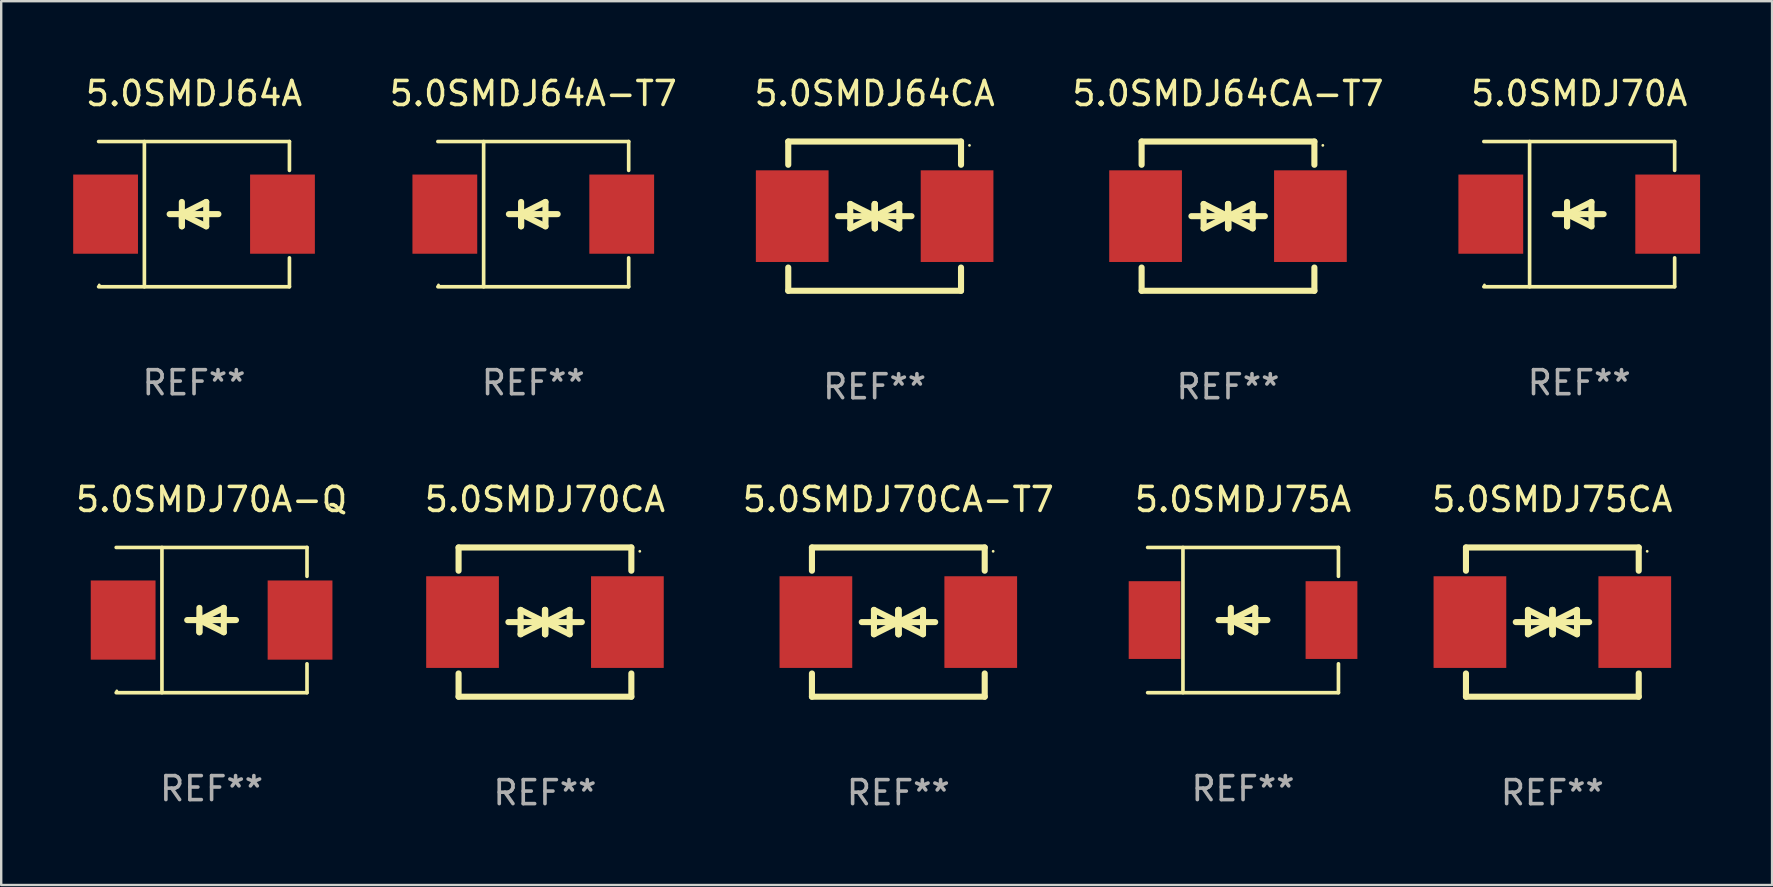
<source format=kicad_pcb>
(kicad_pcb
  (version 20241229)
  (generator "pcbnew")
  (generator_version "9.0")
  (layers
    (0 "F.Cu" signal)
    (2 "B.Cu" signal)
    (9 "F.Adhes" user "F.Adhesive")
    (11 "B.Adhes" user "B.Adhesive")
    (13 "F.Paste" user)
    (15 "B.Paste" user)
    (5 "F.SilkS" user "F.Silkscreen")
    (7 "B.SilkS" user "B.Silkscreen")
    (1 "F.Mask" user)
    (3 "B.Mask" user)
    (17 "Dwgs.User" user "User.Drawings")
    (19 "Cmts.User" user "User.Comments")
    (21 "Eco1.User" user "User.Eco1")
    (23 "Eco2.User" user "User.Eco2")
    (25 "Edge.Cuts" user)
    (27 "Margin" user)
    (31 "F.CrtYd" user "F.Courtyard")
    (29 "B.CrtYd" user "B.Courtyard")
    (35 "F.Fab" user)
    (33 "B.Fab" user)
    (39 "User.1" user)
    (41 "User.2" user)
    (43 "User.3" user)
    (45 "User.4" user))
  (footprint "5.0SMDJ64A-T7"
    (layer "F.Cu")
    (at 19.174 5.874)
    (property "Reference" "5.0SMDJ64A-T7" (at 0 -5.026 0) (layer "F.SilkS") (effects (font (size 1 1) (thickness 0.15))))
    (attr through_hole)
    (fp_line (start -3.976 -3.026) (end 3.976 -3.026) (stroke (width 0.152) (type solid)) (layer "F.SilkS"))
    (fp_line (start -3.976 3.026) (end 3.976 3.026) (stroke (width 0.152) (type solid)) (layer "F.SilkS"))
    (fp_line (start -2.069 -3.026) (end -2.069 3.026) (stroke (width 0.152) (type solid)) (layer "F.SilkS"))
    (fp_line (start -0.508 0) (end -0.508 0.508) (stroke (width 0.254) (type solid)) (layer "F.SilkS"))
    (fp_line (start -0.508 0) (end 0.508 0.508) (stroke (width 0.254) (type solid)) (layer "F.SilkS"))
    (fp_line (start -0.508 0.508) (end -0.508 -0.508) (stroke (width 0.254) (type solid)) (layer "F.SilkS"))
    (fp_line (start 0.508 -0.508) (end -0.508 0) (stroke (width 0.254) (type solid)) (layer "F.SilkS"))
    (fp_line (start 0.508 0.508) (end 0.508 -0.508) (stroke (width 0.254) (type solid)) (layer "F.SilkS"))
    (fp_line (start 1.016 0) (end -1.016 0) (stroke (width 0.254) (type solid)) (layer "F.SilkS"))
    (fp_line (start 3.976 -3.026) (end 3.976 -1.823) (stroke (width 0.152) (type solid)) (layer "F.SilkS"))
    (fp_line (start 3.976 3.026) (end 3.976 1.823) (stroke (width 0.152) (type solid)) (layer "F.SilkS"))
    (fp_circle (center -3.95 2.95) (end -3.92 2.95) (stroke (width 0.06) (type solid)) (fill no) (layer "F.SilkS"))
    (fp_text user "REF**" (at 0 7.026 0) (layer "F.Fab") (effects (font (size 1 1) (thickness 0.15))))
    (pad "1" smd rect (at -3.686 0) (size 2.7 3.3) (layers "F.Cu" "F.Mask" "F.Paste"))
    (pad "2" smd rect (at 3.686 0) (size 2.7 3.3) (layers "F.Cu" "F.Mask" "F.Paste")))
  (footprint "5.0SMDJ70CA-T7"
    (layer "F.Cu")
    (at 34.387 22.875)
    (property "Reference" "5.0SMDJ70CA-T7" (at 0 -5.11 0) (layer "F.SilkS") (effects (font (size 1 1) (thickness 0.15))))
    (attr through_hole)
    (fp_line (start -3.6 -2.141) (end -3.6 -3.11) (stroke (width 0.254) (type solid)) (layer "F.SilkS"))
    (fp_line (start -3.6 3.11) (end -3.6 2.141) (stroke (width 0.254) (type solid)) (layer "F.SilkS"))
    (fp_line (start -1.524 0) (end 0.508 0) (stroke (width 0.254) (type solid)) (layer "F.SilkS"))
    (fp_line (start -1.016 -0.508) (end -1.016 0.508) (stroke (width 0.254) (type solid)) (layer "F.SilkS"))
    (fp_line (start -1.016 0.508) (end 0 0) (stroke (width 0.254) (type solid)) (layer "F.SilkS"))
    (fp_line (start 0 -0.508) (end 0 0.508) (stroke (width 0.254) (type solid)) (layer "F.SilkS"))
    (fp_line (start 0 0) (end -1.016 -0.508) (stroke (width 0.254) (type solid)) (layer "F.SilkS"))
    (fp_line (start 0 0) (end 0 -0.508) (stroke (width 0.254) (type solid)) (layer "F.SilkS"))
    (fp_line (start 0.012 0) (end 0.012 0.508) (stroke (width 0.254) (type solid)) (layer "F.SilkS"))
    (fp_line (start 0.012 0) (end 1.028 0.508) (stroke (width 0.254) (type solid)) (layer "F.SilkS"))
    (fp_line (start 0.012 0.508) (end 0.012 -0.508) (stroke (width 0.254) (type solid)) (layer "F.SilkS"))
    (fp_line (start 1.028 -0.508) (end 0.012 0) (stroke (width 0.254) (type solid)) (layer "F.SilkS"))
    (fp_line (start 1.028 0.508) (end 1.028 -0.508) (stroke (width 0.254) (type solid)) (layer "F.SilkS"))
    (fp_line (start 1.536 0) (end -0.496 0) (stroke (width 0.254) (type solid)) (layer "F.SilkS"))
    (fp_line (start 3.6 -3.11) (end -3.6 -3.11) (stroke (width 0.254) (type solid)) (layer "F.SilkS"))
    (fp_line (start 3.6 -2.141) (end 3.6 -3.11) (stroke (width 0.254) (type solid)) (layer "F.SilkS"))
    (fp_line (start 3.6 3.11) (end -3.6 3.11) (stroke (width 0.254) (type solid)) (layer "F.SilkS"))
    (fp_line (start 3.6 3.11) (end 3.6 2.141) (stroke (width 0.254) (type solid)) (layer "F.SilkS"))
    (fp_circle (center 3.952 -2.95) (end 3.982 -2.95) (stroke (width 0.06) (type solid)) (fill no) (layer "F.SilkS"))
    (fp_text user "REF**" (at 0 7.11 0) (layer "F.Fab") (effects (font (size 1 1) (thickness 0.15))))
    (pad "1" smd rect (at 3.435 0) (size 3.03 3.82) (layers "F.Cu" "F.Mask" "F.Paste"))
    (pad "2" smd rect (at -3.435 0) (size 3.03 3.82) (layers "F.Cu" "F.Mask" "F.Paste")))
  (footprint "5.0SMDJ64CA-T7"
    (layer "F.Cu")
    (at 48.126 5.958)
    (property "Reference" "5.0SMDJ64CA-T7" (at 0 -5.11 0) (layer "F.SilkS") (effects (font (size 1 1) (thickness 0.15))))
    (attr through_hole)
    (fp_line (start -3.6 -2.141) (end -3.6 -3.11) (stroke (width 0.254) (type solid)) (layer "F.SilkS"))
    (fp_line (start -3.6 3.11) (end -3.6 2.141) (stroke (width 0.254) (type solid)) (layer "F.SilkS"))
    (fp_line (start -1.524 0) (end 0.508 0) (stroke (width 0.254) (type solid)) (layer "F.SilkS"))
    (fp_line (start -1.016 -0.508) (end -1.016 0.508) (stroke (width 0.254) (type solid)) (layer "F.SilkS"))
    (fp_line (start -1.016 0.508) (end 0 0) (stroke (width 0.254) (type solid)) (layer "F.SilkS"))
    (fp_line (start 0 -0.508) (end 0 0.508) (stroke (width 0.254) (type solid)) (layer "F.SilkS"))
    (fp_line (start 0 0) (end -1.016 -0.508) (stroke (width 0.254) (type solid)) (layer "F.SilkS"))
    (fp_line (start 0 0) (end 0 -0.508) (stroke (width 0.254) (type solid)) (layer "F.SilkS"))
    (fp_line (start 0.012 0) (end 0.012 0.508) (stroke (width 0.254) (type solid)) (layer "F.SilkS"))
    (fp_line (start 0.012 0) (end 1.028 0.508) (stroke (width 0.254) (type solid)) (layer "F.SilkS"))
    (fp_line (start 0.012 0.508) (end 0.012 -0.508) (stroke (width 0.254) (type solid)) (layer "F.SilkS"))
    (fp_line (start 1.028 -0.508) (end 0.012 0) (stroke (width 0.254) (type solid)) (layer "F.SilkS"))
    (fp_line (start 1.028 0.508) (end 1.028 -0.508) (stroke (width 0.254) (type solid)) (layer "F.SilkS"))
    (fp_line (start 1.536 0) (end -0.496 0) (stroke (width 0.254) (type solid)) (layer "F.SilkS"))
    (fp_line (start 3.6 -3.11) (end -3.6 -3.11) (stroke (width 0.254) (type solid)) (layer "F.SilkS"))
    (fp_line (start 3.6 -2.141) (end 3.6 -3.11) (stroke (width 0.254) (type solid)) (layer "F.SilkS"))
    (fp_line (start 3.6 3.11) (end -3.6 3.11) (stroke (width 0.254) (type solid)) (layer "F.SilkS"))
    (fp_line (start 3.6 3.11) (end 3.6 2.141) (stroke (width 0.254) (type solid)) (layer "F.SilkS"))
    (fp_circle (center 3.952 -2.95) (end 3.982 -2.95) (stroke (width 0.06) (type solid)) (fill no) (layer "F.SilkS"))
    (fp_text user "REF**" (at 0 7.11 0) (layer "F.Fab") (effects (font (size 1 1) (thickness 0.15))))
    (pad "1" smd rect (at 3.435 0) (size 3.03 3.82) (layers "F.Cu" "F.Mask" "F.Paste"))
    (pad "2" smd rect (at -3.435 0) (size 3.03 3.82) (layers "F.Cu" "F.Mask" "F.Paste")))
  (footprint "5.0SMDJ75CA"
    (layer "F.Cu")
    (at 61.643 22.875)
    (property "Reference" "5.0SMDJ75CA" (at 0 -5.11 0) (layer "F.SilkS") (effects (font (size 1 1) (thickness 0.15))))
    (attr through_hole)
    (fp_line (start -3.6 -2.141) (end -3.6 -3.11) (stroke (width 0.254) (type solid)) (layer "F.SilkS"))
    (fp_line (start -3.6 3.11) (end -3.6 2.141) (stroke (width 0.254) (type solid)) (layer "F.SilkS"))
    (fp_line (start -1.524 0) (end 0.508 0) (stroke (width 0.254) (type solid)) (layer "F.SilkS"))
    (fp_line (start -1.016 -0.508) (end -1.016 0.508) (stroke (width 0.254) (type solid)) (layer "F.SilkS"))
    (fp_line (start -1.016 0.508) (end 0 0) (stroke (width 0.254) (type solid)) (layer "F.SilkS"))
    (fp_line (start 0 -0.508) (end 0 0.508) (stroke (width 0.254) (type solid)) (layer "F.SilkS"))
    (fp_line (start 0 0) (end -1.016 -0.508) (stroke (width 0.254) (type solid)) (layer "F.SilkS"))
    (fp_line (start 0 0) (end 0 -0.508) (stroke (width 0.254) (type solid)) (layer "F.SilkS"))
    (fp_line (start 0.012 0) (end 0.012 0.508) (stroke (width 0.254) (type solid)) (layer "F.SilkS"))
    (fp_line (start 0.012 0) (end 1.028 0.508) (stroke (width 0.254) (type solid)) (layer "F.SilkS"))
    (fp_line (start 0.012 0.508) (end 0.012 -0.508) (stroke (width 0.254) (type solid)) (layer "F.SilkS"))
    (fp_line (start 1.028 -0.508) (end 0.012 0) (stroke (width 0.254) (type solid)) (layer "F.SilkS"))
    (fp_line (start 1.028 0.508) (end 1.028 -0.508) (stroke (width 0.254) (type solid)) (layer "F.SilkS"))
    (fp_line (start 1.536 0) (end -0.496 0) (stroke (width 0.254) (type solid)) (layer "F.SilkS"))
    (fp_line (start 3.6 -3.11) (end -3.6 -3.11) (stroke (width 0.254) (type solid)) (layer "F.SilkS"))
    (fp_line (start 3.6 -2.141) (end 3.6 -3.11) (stroke (width 0.254) (type solid)) (layer "F.SilkS"))
    (fp_line (start 3.6 3.11) (end -3.6 3.11) (stroke (width 0.254) (type solid)) (layer "F.SilkS"))
    (fp_line (start 3.6 3.11) (end 3.6 2.141) (stroke (width 0.254) (type solid)) (layer "F.SilkS"))
    (fp_circle (center 3.952 -2.95) (end 3.982 -2.95) (stroke (width 0.06) (type solid)) (fill no) (layer "F.SilkS"))
    (fp_text user "REF**" (at 0 7.11 0) (layer "F.Fab") (effects (font (size 1 1) (thickness 0.15))))
    (pad "1" smd rect (at 3.435 0) (size 3.03 3.82) (layers "F.Cu" "F.Mask" "F.Paste"))
    (pad "2" smd rect (at -3.435 0) (size 3.03 3.82) (layers "F.Cu" "F.Mask" "F.Paste")))
  (footprint "5.0SMDJ64CA"
    (layer "F.Cu")
    (at 33.4 5.958)
    (property "Reference" "5.0SMDJ64CA" (at 0 -5.11 0) (layer "F.SilkS") (effects (font (size 1 1) (thickness 0.15))))
    (attr through_hole)
    (fp_line (start -3.6 -2.141) (end -3.6 -3.11) (stroke (width 0.254) (type solid)) (layer "F.SilkS"))
    (fp_line (start -3.6 3.11) (end -3.6 2.141) (stroke (width 0.254) (type solid)) (layer "F.SilkS"))
    (fp_line (start -1.524 0) (end 0.508 0) (stroke (width 0.254) (type solid)) (layer "F.SilkS"))
    (fp_line (start -1.016 -0.508) (end -1.016 0.508) (stroke (width 0.254) (type solid)) (layer "F.SilkS"))
    (fp_line (start -1.016 0.508) (end 0 0) (stroke (width 0.254) (type solid)) (layer "F.SilkS"))
    (fp_line (start 0 -0.508) (end 0 0.508) (stroke (width 0.254) (type solid)) (layer "F.SilkS"))
    (fp_line (start 0 0) (end -1.016 -0.508) (stroke (width 0.254) (type solid)) (layer "F.SilkS"))
    (fp_line (start 0 0) (end 0 -0.508) (stroke (width 0.254) (type solid)) (layer "F.SilkS"))
    (fp_line (start 0.012 0) (end 0.012 0.508) (stroke (width 0.254) (type solid)) (layer "F.SilkS"))
    (fp_line (start 0.012 0) (end 1.028 0.508) (stroke (width 0.254) (type solid)) (layer "F.SilkS"))
    (fp_line (start 0.012 0.508) (end 0.012 -0.508) (stroke (width 0.254) (type solid)) (layer "F.SilkS"))
    (fp_line (start 1.028 -0.508) (end 0.012 0) (stroke (width 0.254) (type solid)) (layer "F.SilkS"))
    (fp_line (start 1.028 0.508) (end 1.028 -0.508) (stroke (width 0.254) (type solid)) (layer "F.SilkS"))
    (fp_line (start 1.536 0) (end -0.496 0) (stroke (width 0.254) (type solid)) (layer "F.SilkS"))
    (fp_line (start 3.6 -3.11) (end -3.6 -3.11) (stroke (width 0.254) (type solid)) (layer "F.SilkS"))
    (fp_line (start 3.6 -2.141) (end 3.6 -3.11) (stroke (width 0.254) (type solid)) (layer "F.SilkS"))
    (fp_line (start 3.6 3.11) (end -3.6 3.11) (stroke (width 0.254) (type solid)) (layer "F.SilkS"))
    (fp_line (start 3.6 3.11) (end 3.6 2.141) (stroke (width 0.254) (type solid)) (layer "F.SilkS"))
    (fp_circle (center 3.952 -2.95) (end 3.982 -2.95) (stroke (width 0.06) (type solid)) (fill no) (layer "F.SilkS"))
    (fp_text user "REF**" (at 0 7.11 0) (layer "F.Fab") (effects (font (size 1 1) (thickness 0.15))))
    (pad "1" smd rect (at 3.435 0) (size 3.03 3.82) (layers "F.Cu" "F.Mask" "F.Paste"))
    (pad "2" smd rect (at -3.435 0) (size 3.03 3.82) (layers "F.Cu" "F.Mask" "F.Paste")))
  (footprint "5.0SMDJ70A"
    (layer "F.Cu")
    (at 62.764 5.874)
    (property "Reference" "5.0SMDJ70A" (at 0 -5.026 0) (layer "F.SilkS") (effects (font (size 1 1) (thickness 0.15))))
    (attr through_hole)
    (fp_line (start -3.976 -3.026) (end 3.976 -3.026) (stroke (width 0.152) (type solid)) (layer "F.SilkS"))
    (fp_line (start -3.976 3.026) (end 3.976 3.026) (stroke (width 0.152) (type solid)) (layer "F.SilkS"))
    (fp_line (start -2.069 -3.026) (end -2.069 3.026) (stroke (width 0.152) (type solid)) (layer "F.SilkS"))
    (fp_line (start -0.508 0) (end -0.508 0.508) (stroke (width 0.254) (type solid)) (layer "F.SilkS"))
    (fp_line (start -0.508 0) (end 0.508 0.508) (stroke (width 0.254) (type solid)) (layer "F.SilkS"))
    (fp_line (start -0.508 0.508) (end -0.508 -0.508) (stroke (width 0.254) (type solid)) (layer "F.SilkS"))
    (fp_line (start 0.508 -0.508) (end -0.508 0) (stroke (width 0.254) (type solid)) (layer "F.SilkS"))
    (fp_line (start 0.508 0.508) (end 0.508 -0.508) (stroke (width 0.254) (type solid)) (layer "F.SilkS"))
    (fp_line (start 1.016 0) (end -1.016 0) (stroke (width 0.254) (type solid)) (layer "F.SilkS"))
    (fp_line (start 3.976 -3.026) (end 3.976 -1.823) (stroke (width 0.152) (type solid)) (layer "F.SilkS"))
    (fp_line (start 3.976 3.026) (end 3.976 1.823) (stroke (width 0.152) (type solid)) (layer "F.SilkS"))
    (fp_circle (center -3.95 2.95) (end -3.92 2.95) (stroke (width 0.06) (type solid)) (fill no) (layer "F.SilkS"))
    (fp_text user "REF**" (at 0 7.026 0) (layer "F.Fab") (effects (font (size 1 1) (thickness 0.15))))
    (pad "1" smd rect (at -3.686 0) (size 2.7 3.3) (layers "F.Cu" "F.Mask" "F.Paste"))
    (pad "2" smd rect (at 3.686 0) (size 2.7 3.3) (layers "F.Cu" "F.Mask" "F.Paste")))
  (footprint "5.0SMDJ70CA"
    (layer "F.Cu")
    (at 19.661 22.875)
    (property "Reference" "5.0SMDJ70CA" (at 0 -5.11 0) (layer "F.SilkS") (effects (font (size 1 1) (thickness 0.15))))
    (attr through_hole)
    (fp_line (start -3.6 -2.141) (end -3.6 -3.11) (stroke (width 0.254) (type solid)) (layer "F.SilkS"))
    (fp_line (start -3.6 3.11) (end -3.6 2.141) (stroke (width 0.254) (type solid)) (layer "F.SilkS"))
    (fp_line (start -1.524 0) (end 0.508 0) (stroke (width 0.254) (type solid)) (layer "F.SilkS"))
    (fp_line (start -1.016 -0.508) (end -1.016 0.508) (stroke (width 0.254) (type solid)) (layer "F.SilkS"))
    (fp_line (start -1.016 0.508) (end 0 0) (stroke (width 0.254) (type solid)) (layer "F.SilkS"))
    (fp_line (start 0 -0.508) (end 0 0.508) (stroke (width 0.254) (type solid)) (layer "F.SilkS"))
    (fp_line (start 0 0) (end -1.016 -0.508) (stroke (width 0.254) (type solid)) (layer "F.SilkS"))
    (fp_line (start 0 0) (end 0 -0.508) (stroke (width 0.254) (type solid)) (layer "F.SilkS"))
    (fp_line (start 0.012 0) (end 0.012 0.508) (stroke (width 0.254) (type solid)) (layer "F.SilkS"))
    (fp_line (start 0.012 0) (end 1.028 0.508) (stroke (width 0.254) (type solid)) (layer "F.SilkS"))
    (fp_line (start 0.012 0.508) (end 0.012 -0.508) (stroke (width 0.254) (type solid)) (layer "F.SilkS"))
    (fp_line (start 1.028 -0.508) (end 0.012 0) (stroke (width 0.254) (type solid)) (layer "F.SilkS"))
    (fp_line (start 1.028 0.508) (end 1.028 -0.508) (stroke (width 0.254) (type solid)) (layer "F.SilkS"))
    (fp_line (start 1.536 0) (end -0.496 0) (stroke (width 0.254) (type solid)) (layer "F.SilkS"))
    (fp_line (start 3.6 -3.11) (end -3.6 -3.11) (stroke (width 0.254) (type solid)) (layer "F.SilkS"))
    (fp_line (start 3.6 -2.141) (end 3.6 -3.11) (stroke (width 0.254) (type solid)) (layer "F.SilkS"))
    (fp_line (start 3.6 3.11) (end -3.6 3.11) (stroke (width 0.254) (type solid)) (layer "F.SilkS"))
    (fp_line (start 3.6 3.11) (end 3.6 2.141) (stroke (width 0.254) (type solid)) (layer "F.SilkS"))
    (fp_circle (center 3.952 -2.95) (end 3.982 -2.95) (stroke (width 0.06) (type solid)) (fill no) (layer "F.SilkS"))
    (fp_text user "REF**" (at 0 7.11 0) (layer "F.Fab") (effects (font (size 1 1) (thickness 0.15))))
    (pad "1" smd rect (at 3.435 0) (size 3.03 3.82) (layers "F.Cu" "F.Mask" "F.Paste"))
    (pad "2" smd rect (at -3.435 0) (size 3.03 3.82) (layers "F.Cu" "F.Mask" "F.Paste")))
  (footprint "5.0SMDJ75A"
    (layer "F.Cu")
    (at 48.753 22.791)
    (property "Reference" "5.0SMDJ75A" (at 0 -5.026 0) (layer "F.SilkS") (effects (font (size 1 1) (thickness 0.15))))
    (attr through_hole)
    (fp_line (start -3.976 -3.026) (end 3.976 -3.026) (stroke (width 0.152) (type solid)) (layer "F.SilkS"))
    (fp_line (start -3.976 3.026) (end 3.976 3.026) (stroke (width 0.152) (type solid)) (layer "F.SilkS"))
    (fp_line (start -2.504 -3.026) (end -2.504 3.026) (stroke (width 0.152) (type solid)) (layer "F.SilkS"))
    (fp_line (start -0.508 0) (end -0.508 0.508) (stroke (width 0.254) (type solid)) (layer "F.SilkS"))
    (fp_line (start -0.508 0) (end 0.508 0.508) (stroke (width 0.254) (type solid)) (layer "F.SilkS"))
    (fp_line (start -0.508 0.508) (end -0.508 -0.508) (stroke (width 0.254) (type solid)) (layer "F.SilkS"))
    (fp_line (start 0.508 -0.508) (end -0.508 0) (stroke (width 0.254) (type solid)) (layer "F.SilkS"))
    (fp_line (start 0.508 0.508) (end 0.508 -0.508) (stroke (width 0.254) (type solid)) (layer "F.SilkS"))
    (fp_line (start 1.016 0) (end -1.016 0) (stroke (width 0.254) (type solid)) (layer "F.SilkS"))
    (fp_line (start 3.976 -3.026) (end 3.976 -1.823) (stroke (width 0.152) (type solid)) (layer "F.SilkS"))
    (fp_line (start 3.976 3.026) (end 3.976 1.823) (stroke (width 0.152) (type solid)) (layer "F.SilkS"))
    (fp_circle (center 3.95 -2.95) (end 3.98 -2.95) (stroke (width 0.06) (type solid)) (fill no) (layer "F.SilkS"))
    (fp_text user "REF**" (at 0 7.026 0) (layer "F.Fab") (effects (font (size 1 1) (thickness 0.15))))
    (pad "1" smd rect (at 3.686 0 180) (size 2.158 3.24) (layers "F.Cu" "F.Mask" "F.Paste"))
    (pad "2" smd rect (at -3.686 0 180) (size 2.158 3.24) (layers "F.Cu" "F.Mask" "F.Paste")))
  (footprint "5.0SMDJ70A-Q"
    (layer "F.Cu")
    (at 5.768 22.791)
    (property "Reference" "5.0SMDJ70A-Q" (at 0 -5.026 0) (layer "F.SilkS") (effects (font (size 1 1) (thickness 0.15))))
    (attr through_hole)
    (fp_line (start -3.976 -3.026) (end 3.976 -3.026) (stroke (width 0.152) (type solid)) (layer "F.SilkS"))
    (fp_line (start -3.976 3.026) (end 3.976 3.026) (stroke (width 0.152) (type solid)) (layer "F.SilkS"))
    (fp_line (start -2.069 -3.026) (end -2.069 3.026) (stroke (width 0.152) (type solid)) (layer "F.SilkS"))
    (fp_line (start -0.508 0) (end -0.508 0.508) (stroke (width 0.254) (type solid)) (layer "F.SilkS"))
    (fp_line (start -0.508 0) (end 0.508 0.508) (stroke (width 0.254) (type solid)) (layer "F.SilkS"))
    (fp_line (start -0.508 0.508) (end -0.508 -0.508) (stroke (width 0.254) (type solid)) (layer "F.SilkS"))
    (fp_line (start 0.508 -0.508) (end -0.508 0) (stroke (width 0.254) (type solid)) (layer "F.SilkS"))
    (fp_line (start 0.508 0.508) (end 0.508 -0.508) (stroke (width 0.254) (type solid)) (layer "F.SilkS"))
    (fp_line (start 1.016 0) (end -1.016 0) (stroke (width 0.254) (type solid)) (layer "F.SilkS"))
    (fp_line (start 3.976 -3.026) (end 3.976 -1.823) (stroke (width 0.152) (type solid)) (layer "F.SilkS"))
    (fp_line (start 3.976 3.026) (end 3.976 1.823) (stroke (width 0.152) (type solid)) (layer "F.SilkS"))
    (fp_circle (center -3.95 2.95) (end -3.92 2.95) (stroke (width 0.06) (type solid)) (fill no) (layer "F.SilkS"))
    (fp_text user "REF**" (at 0 7.026 0) (layer "F.Fab") (effects (font (size 1 1) (thickness 0.15))))
    (pad "1" smd rect (at -3.686 0) (size 2.7 3.3) (layers "F.Cu" "F.Mask" "F.Paste"))
    (pad "2" smd rect (at 3.686 0) (size 2.7 3.3) (layers "F.Cu" "F.Mask" "F.Paste")))
  (footprint "5.0SMDJ64A"
    (layer "F.Cu")
    (at 5.036 5.874)
    (property "Reference" "5.0SMDJ64A" (at 0 -5.026 0) (layer "F.SilkS") (effects (font (size 1 1) (thickness 0.15))))
    (attr through_hole)
    (fp_line (start -3.976 -3.026) (end 3.976 -3.026) (stroke (width 0.152) (type solid)) (layer "F.SilkS"))
    (fp_line (start -3.976 3.026) (end 3.976 3.026) (stroke (width 0.152) (type solid)) (layer "F.SilkS"))
    (fp_line (start -2.069 -3.026) (end -2.069 3.026) (stroke (width 0.152) (type solid)) (layer "F.SilkS"))
    (fp_line (start -0.508 0) (end -0.508 0.508) (stroke (width 0.254) (type solid)) (layer "F.SilkS"))
    (fp_line (start -0.508 0) (end 0.508 0.508) (stroke (width 0.254) (type solid)) (layer "F.SilkS"))
    (fp_line (start -0.508 0.508) (end -0.508 -0.508) (stroke (width 0.254) (type solid)) (layer "F.SilkS"))
    (fp_line (start 0.508 -0.508) (end -0.508 0) (stroke (width 0.254) (type solid)) (layer "F.SilkS"))
    (fp_line (start 0.508 0.508) (end 0.508 -0.508) (stroke (width 0.254) (type solid)) (layer "F.SilkS"))
    (fp_line (start 1.016 0) (end -1.016 0) (stroke (width 0.254) (type solid)) (layer "F.SilkS"))
    (fp_line (start 3.976 -3.026) (end 3.976 -1.823) (stroke (width 0.152) (type solid)) (layer "F.SilkS"))
    (fp_line (start 3.976 3.026) (end 3.976 1.823) (stroke (width 0.152) (type solid)) (layer "F.SilkS"))
    (fp_circle (center -3.95 2.95) (end -3.92 2.95) (stroke (width 0.06) (type solid)) (fill no) (layer "F.SilkS"))
    (fp_text user "REF**" (at 0 7.026 0) (layer "F.Fab") (effects (font (size 1 1) (thickness 0.15))))
    (pad "1" smd rect (at -3.686 0) (size 2.7 3.3) (layers "F.Cu" "F.Mask" "F.Paste"))
    (pad "2" smd rect (at 3.686 0) (size 2.7 3.3) (layers "F.Cu" "F.Mask" "F.Paste")))
  (gr_rect
    (start -3 -3)
    (end 70.8 33.833)
    (stroke (width 0.1) (type default))
    (fill no)
    (layer "Edge.Cuts")))
</source>
